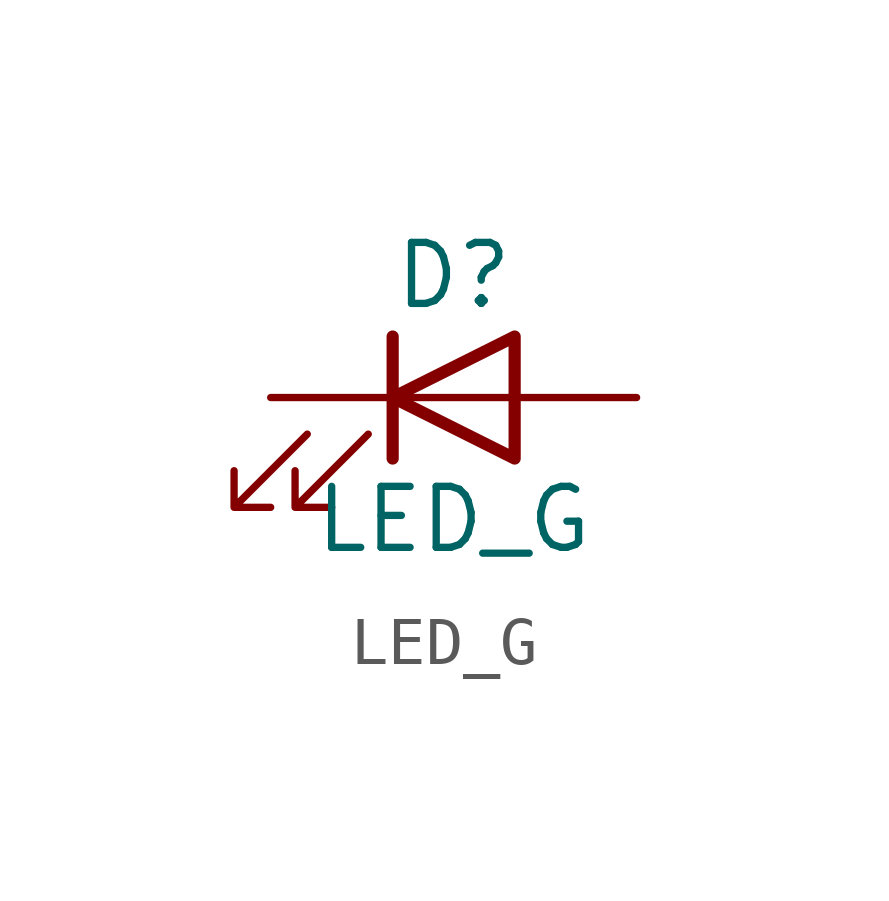
<source format=kicad_sym>
(kicad_symbol_lib
  (version 20231120)
  (generator "kicad_symbol_editor")
  (generator_version "8.0")
  (symbol "LED_G"
    (pin_numbers hide)
    (pin_names
      (offset 1.016) hide)
    (property "Reference" "D"
      (at 0 2.54 0)
      (effects (font (size 1.27 1.27))))
    (property "Value" "LED_G"
      (at 0 -2.54 0)
      (effects (font (size 1.27 1.27))))
    (symbol "LED_G_0_1"
      (polyline (pts (xy -1.27 -1.27) (xy -1.27 1.27)) (stroke (width 0.254) (type default)) (fill (type none)))
      (polyline (pts (xy -1.27 0) (xy 1.27 0)) (stroke (width 0) (type default)) (fill (type none)))
      (polyline (pts (xy 1.27 -1.27) (xy 1.27 1.27) (xy -1.27 0) (xy 1.27 -1.27)) (stroke (width 0.254) (type default)) (fill (type none)))
      (polyline (pts (xy -3.048 -0.762) (xy -4.572 -2.286) (xy -3.81 -2.286) (xy -4.572 -2.286) (xy -4.572 -1.524)) (stroke (width 0) (type default)) (fill (type none)))
      (polyline (pts (xy -1.778 -0.762) (xy -3.302 -2.286) (xy -2.54 -2.286) (xy -3.302 -2.286) (xy -3.302 -1.524)) (stroke (width 0) (type default)) (fill (type none))))
    (symbol "LED_G_1_1"
      (pin passive line (at -3.81 0 0) (length 2.54) (name "K" (effects (font (size 1.27 1.27)))) (number "1" (effects (font (size 1.27 1.27)))))
      (pin passive line (at 3.81 0 180) (length 2.54) (name "A" (effects (font (size 1.27 1.27)))) (number "2" (effects (font (size 1.27 1.27))))))))
</source>
